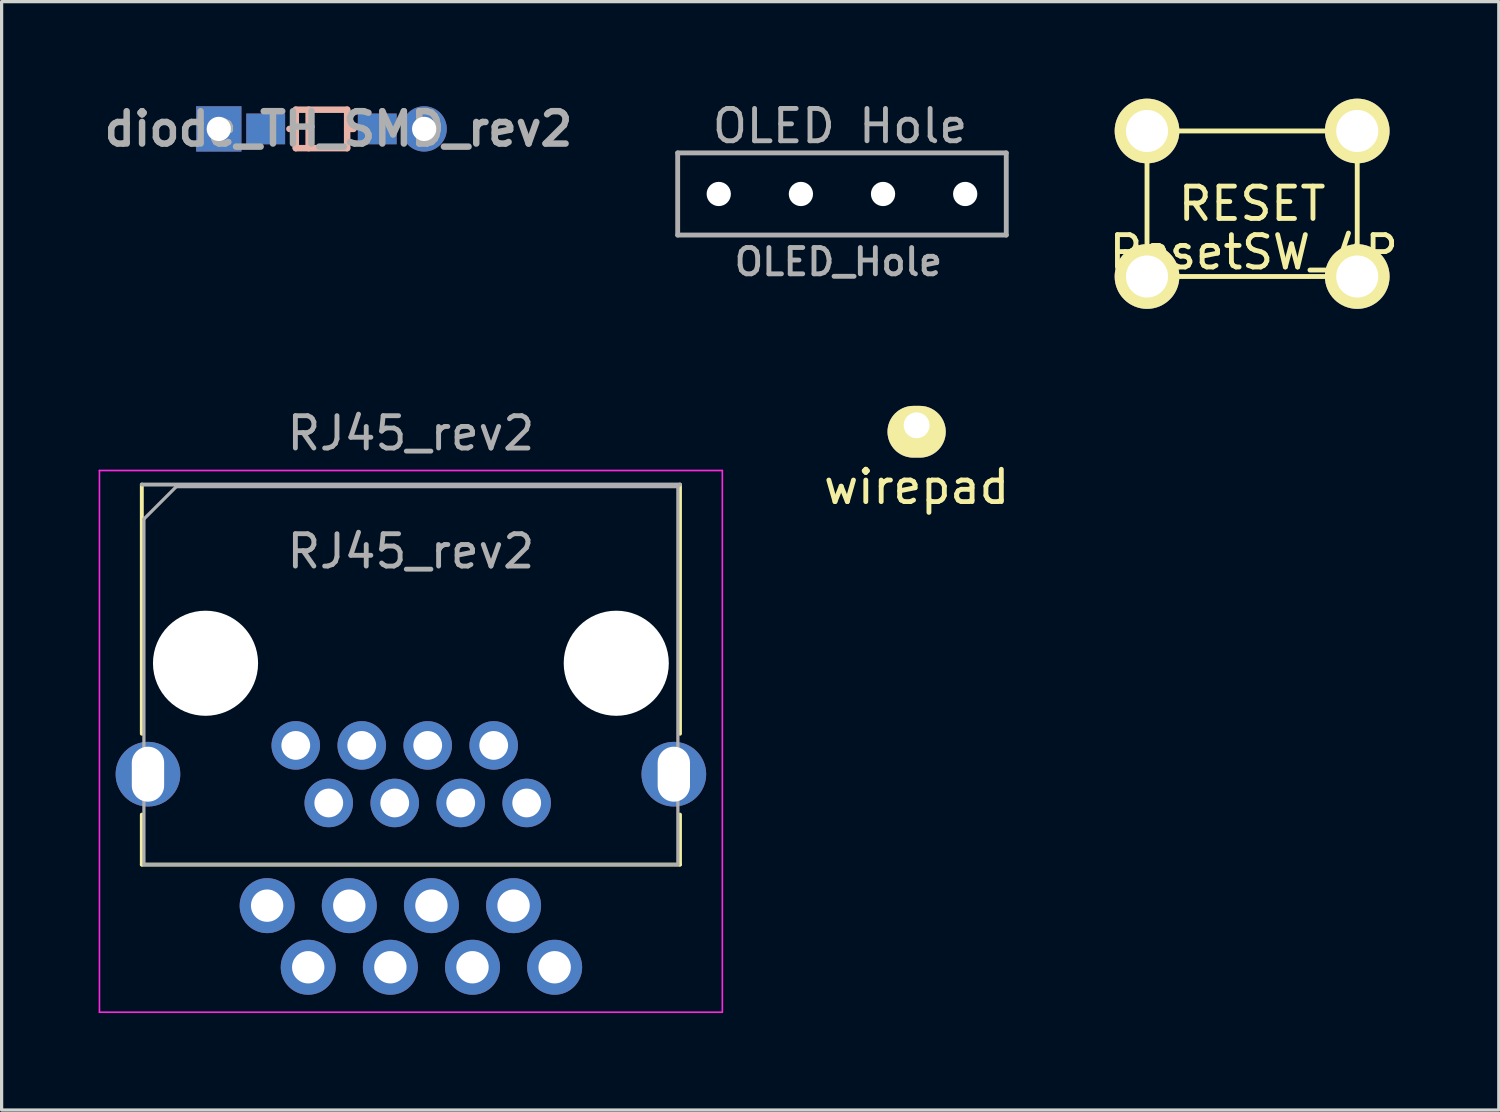
<source format=kicad_pcb>
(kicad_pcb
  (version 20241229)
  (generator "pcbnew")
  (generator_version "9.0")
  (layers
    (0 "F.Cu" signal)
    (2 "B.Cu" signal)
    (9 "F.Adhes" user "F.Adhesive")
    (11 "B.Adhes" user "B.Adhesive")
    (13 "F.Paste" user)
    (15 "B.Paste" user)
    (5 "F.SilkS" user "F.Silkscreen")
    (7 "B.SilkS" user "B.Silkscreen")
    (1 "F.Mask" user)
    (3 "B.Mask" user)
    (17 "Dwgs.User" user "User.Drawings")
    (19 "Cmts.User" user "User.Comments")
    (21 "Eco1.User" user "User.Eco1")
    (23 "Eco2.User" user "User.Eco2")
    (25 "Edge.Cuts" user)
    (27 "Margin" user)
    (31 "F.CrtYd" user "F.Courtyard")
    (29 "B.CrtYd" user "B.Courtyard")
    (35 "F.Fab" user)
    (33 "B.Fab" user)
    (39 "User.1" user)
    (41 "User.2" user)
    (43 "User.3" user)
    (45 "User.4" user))
  (footprint "wirepad"
    (layer "F.Cu")
    (at 25.292 10.1)
    (property "Reference" "wirepad" (at 0 1.905 0) (layer "F.SilkS") (effects (font (size 1 1) (thickness 0.15))))
    (attr through_hole)
    (pad "1" thru_hole oval (at 0 0) (size 1.8 1.6) (drill 0.8 (offset 0 0.2)) (layers "*.Cu" "*.Mask" "F.SilkS")))
  (footprint "OLED_Hole"
    (layer "F.Cu")
    (at 22.984 2.948)
    (property "Reference" "OLED_Hole" (at -0.11 2.1 180) (layer "F.Fab") (effects (font (size 0.813 0.813) (thickness 0.15))))
    (attr through_hole)
    (fp_line (start -5.08 -1.27) (end 5.08 -1.27) (stroke (width 0.15) (type solid)) (layer "F.Fab"))
    (fp_line (start -5.08 1.27) (end -5.08 -1.27) (stroke (width 0.15) (type solid)) (layer "F.Fab"))
    (fp_line (start -5.08 1.27) (end 5.08 1.27) (stroke (width 0.15) (type solid)) (layer "F.Fab"))
    (fp_line (start 5.08 -1.27) (end 5.08 1.27) (stroke (width 0.15) (type solid)) (layer "F.Fab"))
    (fp_text user "OLED Hole" (at -0.06 -2.1 0) (layer "F.Fab") (effects (font (size 1 1) (thickness 0.15))))
    (pad "" np_thru_hole circle (at -3.81 0) (size 0.75 0.75) (drill 0.75) (layers "*.Cu" "*.Mask"))
    (pad "" np_thru_hole circle (at -1.27 0) (size 0.75 0.75) (drill 0.75) (layers "*.Cu" "*.Mask"))
    (pad "" np_thru_hole circle (at 1.27 0) (size 0.75 0.75) (drill 0.75) (layers "*.Cu" "*.Mask"))
    (pad "" np_thru_hole circle (at 3.81 0) (size 0.75 0.75) (drill 0.75) (layers "*.Cu" "*.Mask")))
  (footprint "diode_TH_SMD_rev2"
    (layer "F.Cu")
    (at 4.112 0.936)
    (property "Reference" "diode_TH_SMD_rev2" (at 3.302 0 0) (layer "F.Fab") (effects (font (size 1 1) (thickness 0.2))))
    (attr through_hole)
    (fp_line (start 1.786 0) (end 1.984 0) (stroke (width 0.2) (type solid)) (layer "B.SilkS"))
    (fp_line (start 1.984 -0.595) (end 1.984 0.595) (stroke (width 0.2) (type solid)) (layer "B.SilkS"))
    (fp_line (start 1.984 0.595) (end 3.572 0.595) (stroke (width 0.2) (type solid)) (layer "B.SilkS"))
    (fp_line (start 2.381 0.595) (end 2.381 -0.595) (stroke (width 0.2) (type solid)) (layer "B.SilkS"))
    (fp_line (start 3.572 -0.595) (end 1.984 -0.595) (stroke (width 0.2) (type solid)) (layer "B.SilkS"))
    (fp_line (start 3.572 0) (end 3.77 0) (stroke (width 0.2) (type solid)) (layer "B.SilkS"))
    (fp_line (start 3.572 0.595) (end 3.572 -0.595) (stroke (width 0.2) (type solid)) (layer "B.SilkS"))
    (pad "1" thru_hole rect (at -0.397 0) (size 1.4 1.4) (drill 0.75) (layers "*.Cu" "*.Mask"))
    (pad "1" smd rect (at 1.053 0) (size 1.2 0.95) (layers "F.Cu" "F.Mask" "F.Paste"))
    (pad "1" smd rect (at 1.053 0) (size 1.2 0.95) (layers "B.Cu" "B.Mask" "B.Paste"))
    (pad "2" smd rect (at 4.503 0) (size 1.2 0.95) (layers "F.Cu" "F.Mask" "F.Paste"))
    (pad "2" smd rect (at 4.503 0) (size 1.2 0.95) (layers "B.Cu" "B.Mask" "B.Paste"))
    (pad "2" thru_hole circle (at 5.953 0) (size 1.4 1.4) (drill 0.75) (layers "*.Cu" "*.Mask")))
  (footprint "RJ45_rev2"
    (layer "F.Cu")
    (at 9.655 19.873)
    (property "Reference" "RJ45_rev2" (at 0 -9.525 0) (layer "F.Fab") (effects (font (size 1 1) (thickness 0.15))))
    (attr through_hole)
    (fp_line (start -8.32 -7.94) (end -8.32 -0.235) (stroke (width 0.12) (type solid)) (layer "F.SilkS"))
    (fp_line (start -8.32 3.81) (end -8.32 2.265) (stroke (width 0.12) (type solid)) (layer "F.SilkS"))
    (fp_line (start -8.32 3.81) (end 8.32 3.81) (stroke (width 0.12) (type solid)) (layer "F.SilkS"))
    (fp_line (start 8.32 -7.94) (end 8.32 -0.235) (stroke (width 0.12) (type solid)) (layer "F.SilkS"))
    (fp_line (start 8.32 3.81) (end 8.32 2.265) (stroke (width 0.12) (type solid)) (layer "F.SilkS"))
    (fp_line (start -9.63 -8.375) (end -9.63 8.375) (stroke (width 0.05) (type solid)) (layer "F.CrtYd"))
    (fp_line (start -9.63 -8.375) (end 9.63 -8.375) (stroke (width 0.05) (type solid)) (layer "F.CrtYd"))
    (fp_line (start -9.63 8.375) (end 9.63 8.375) (stroke (width 0.05) (type solid)) (layer "F.CrtYd"))
    (fp_line (start 9.63 -8.375) (end 9.63 8.375) (stroke (width 0.05) (type solid)) (layer "F.CrtYd"))
    (fp_line (start -8.32 -7.94) (end 8.32 -7.94) (stroke (width 0.12) (type solid)) (layer "F.Fab"))
    (fp_line (start -8.255 -6.875) (end -8.255 3.81) (stroke (width 0.1) (type solid)) (layer "F.Fab"))
    (fp_line (start -8.255 -6.875) (end -7.255 -7.875) (stroke (width 0.1) (type solid)) (layer "F.Fab"))
    (fp_line (start -8.255 3.81) (end 8.255 3.81) (stroke (width 0.1) (type solid)) (layer "F.Fab"))
    (fp_line (start -7.255 -7.875) (end 8.255 -7.875) (stroke (width 0.1) (type solid)) (layer "F.Fab"))
    (fp_line (start 8.255 -7.875) (end 8.255 3.81) (stroke (width 0.1) (type solid)) (layer "F.Fab"))
    (fp_text user "${REFERENCE}" (at 0 -5.875 0) (layer "F.Fab") (effects (font (size 1 1) (thickness 0.15))))
    (pad "" np_thru_hole circle (at -6.35 -2.415) (size 3.25 3.25) (drill 3.25) (layers "*.Cu" "*.Mask"))
    (pad "" np_thru_hole circle (at 6.35 -2.415) (size 3.25 3.25) (drill 3.25) (layers "*.Cu" "*.Mask"))
    (pad "1" thru_hole circle (at -4.445 5.08) (size 1.7 1.7) (drill 1) (layers "*.Cu" "*.Mask"))
    (pad "1" thru_hole circle (at -3.56 0.125) (size 1.5 1.5) (drill 0.89) (layers "*.Cu" "*.Mask"))
    (pad "2" thru_hole circle (at -3.175 6.985) (size 1.7 1.7) (drill 1) (layers "*.Cu" "*.Mask"))
    (pad "2" thru_hole circle (at -2.54 1.905) (size 1.5 1.5) (drill 0.89) (layers "*.Cu" "*.Mask"))
    (pad "3" thru_hole circle (at -1.905 5.08) (size 1.7 1.7) (drill 1) (layers "*.Cu" "*.Mask"))
    (pad "3" thru_hole circle (at -1.52 0.125) (size 1.5 1.5) (drill 0.89) (layers "*.Cu" "*.Mask"))
    (pad "4" thru_hole circle (at -0.635 6.985) (size 1.7 1.7) (drill 1) (layers "*.Cu" "*.Mask"))
    (pad "4" thru_hole circle (at -0.5 1.905) (size 1.5 1.5) (drill 0.89) (layers "*.Cu" "*.Mask"))
    (pad "5" thru_hole circle (at 0.52 0.125) (size 1.5 1.5) (drill 0.89) (layers "*.Cu" "*.Mask"))
    (pad "5" thru_hole circle (at 0.635 5.08) (size 1.7 1.7) (drill 1) (layers "*.Cu" "*.Mask"))
    (pad "6" thru_hole circle (at 1.54 1.905) (size 1.5 1.5) (drill 0.89) (layers "*.Cu" "*.Mask"))
    (pad "6" thru_hole circle (at 1.905 6.985) (size 1.7 1.7) (drill 1) (layers "*.Cu" "*.Mask"))
    (pad "7" thru_hole circle (at 2.56 0.125) (size 1.5 1.5) (drill 0.89) (layers "*.Cu" "*.Mask"))
    (pad "7" thru_hole circle (at 3.175 5.08) (size 1.7 1.7) (drill 1) (layers "*.Cu" "*.Mask"))
    (pad "8" thru_hole circle (at 3.58 1.905) (size 1.5 1.5) (drill 0.89) (layers "*.Cu" "*.Mask"))
    (pad "8" thru_hole circle (at 4.445 6.985) (size 1.7 1.7) (drill 1) (layers "*.Cu" "*.Mask"))
    (pad "SH" thru_hole circle (at -8.13 1.015) (size 2 2) (drill oval 1 1.7) (layers "*.Cu" "*.Mask"))
    (pad "SH" thru_hole circle (at 8.13 1.015) (size 2 2) (drill oval 1 1.7) (layers "*.Cu" "*.Mask")))
  (footprint "ResetSW_4P"
    (layer "F.Cu")
    (at 35.666 3.25)
    (property "Reference" "ResetSW_4P" (at 0.05 1.5 0) (layer "F.SilkS") (effects (font (size 1 1) (thickness 0.15))))
    (attr through_hole)
    (fp_line (start -3.25 -2.25) (end -3.25 2.25) (stroke (width 0.15) (type solid)) (layer "F.SilkS"))
    (fp_line (start -3.25 2.25) (end 3.25 2.25) (stroke (width 0.15) (type solid)) (layer "F.SilkS"))
    (fp_line (start 3.25 -2.25) (end -3.25 -2.25) (stroke (width 0.15) (type solid)) (layer "F.SilkS"))
    (fp_line (start 3.25 2.25) (end 3.25 -2.25) (stroke (width 0.15) (type solid)) (layer "F.SilkS"))
    (fp_text user "RESET" (at 0 0 0) (layer "F.SilkS") (effects (font (size 1 1) (thickness 0.15))))
    (pad "1" thru_hole circle (at -3.25 -2.25) (size 2 2) (drill 1.3) (layers "*.Cu" "*.Mask" "F.SilkS"))
    (pad "1" thru_hole circle (at 3.25 -2.25) (size 2 2) (drill 1.3) (layers "*.Cu" "*.Mask" "F.SilkS"))
    (pad "2" thru_hole circle (at -3.25 2.25) (size 2 2) (drill 1.3) (layers "*.Cu" "*.Mask" "F.SilkS"))
    (pad "2" thru_hole circle (at 3.25 2.25) (size 2 2) (drill 1.3) (layers "*.Cu" "*.Mask" "F.SilkS")))
  (gr_rect
    (start -3 -3)
    (end 43.293 31.273)
    (stroke (width 0.1) (type default))
    (fill no)
    (layer "Edge.Cuts")))
</source>
